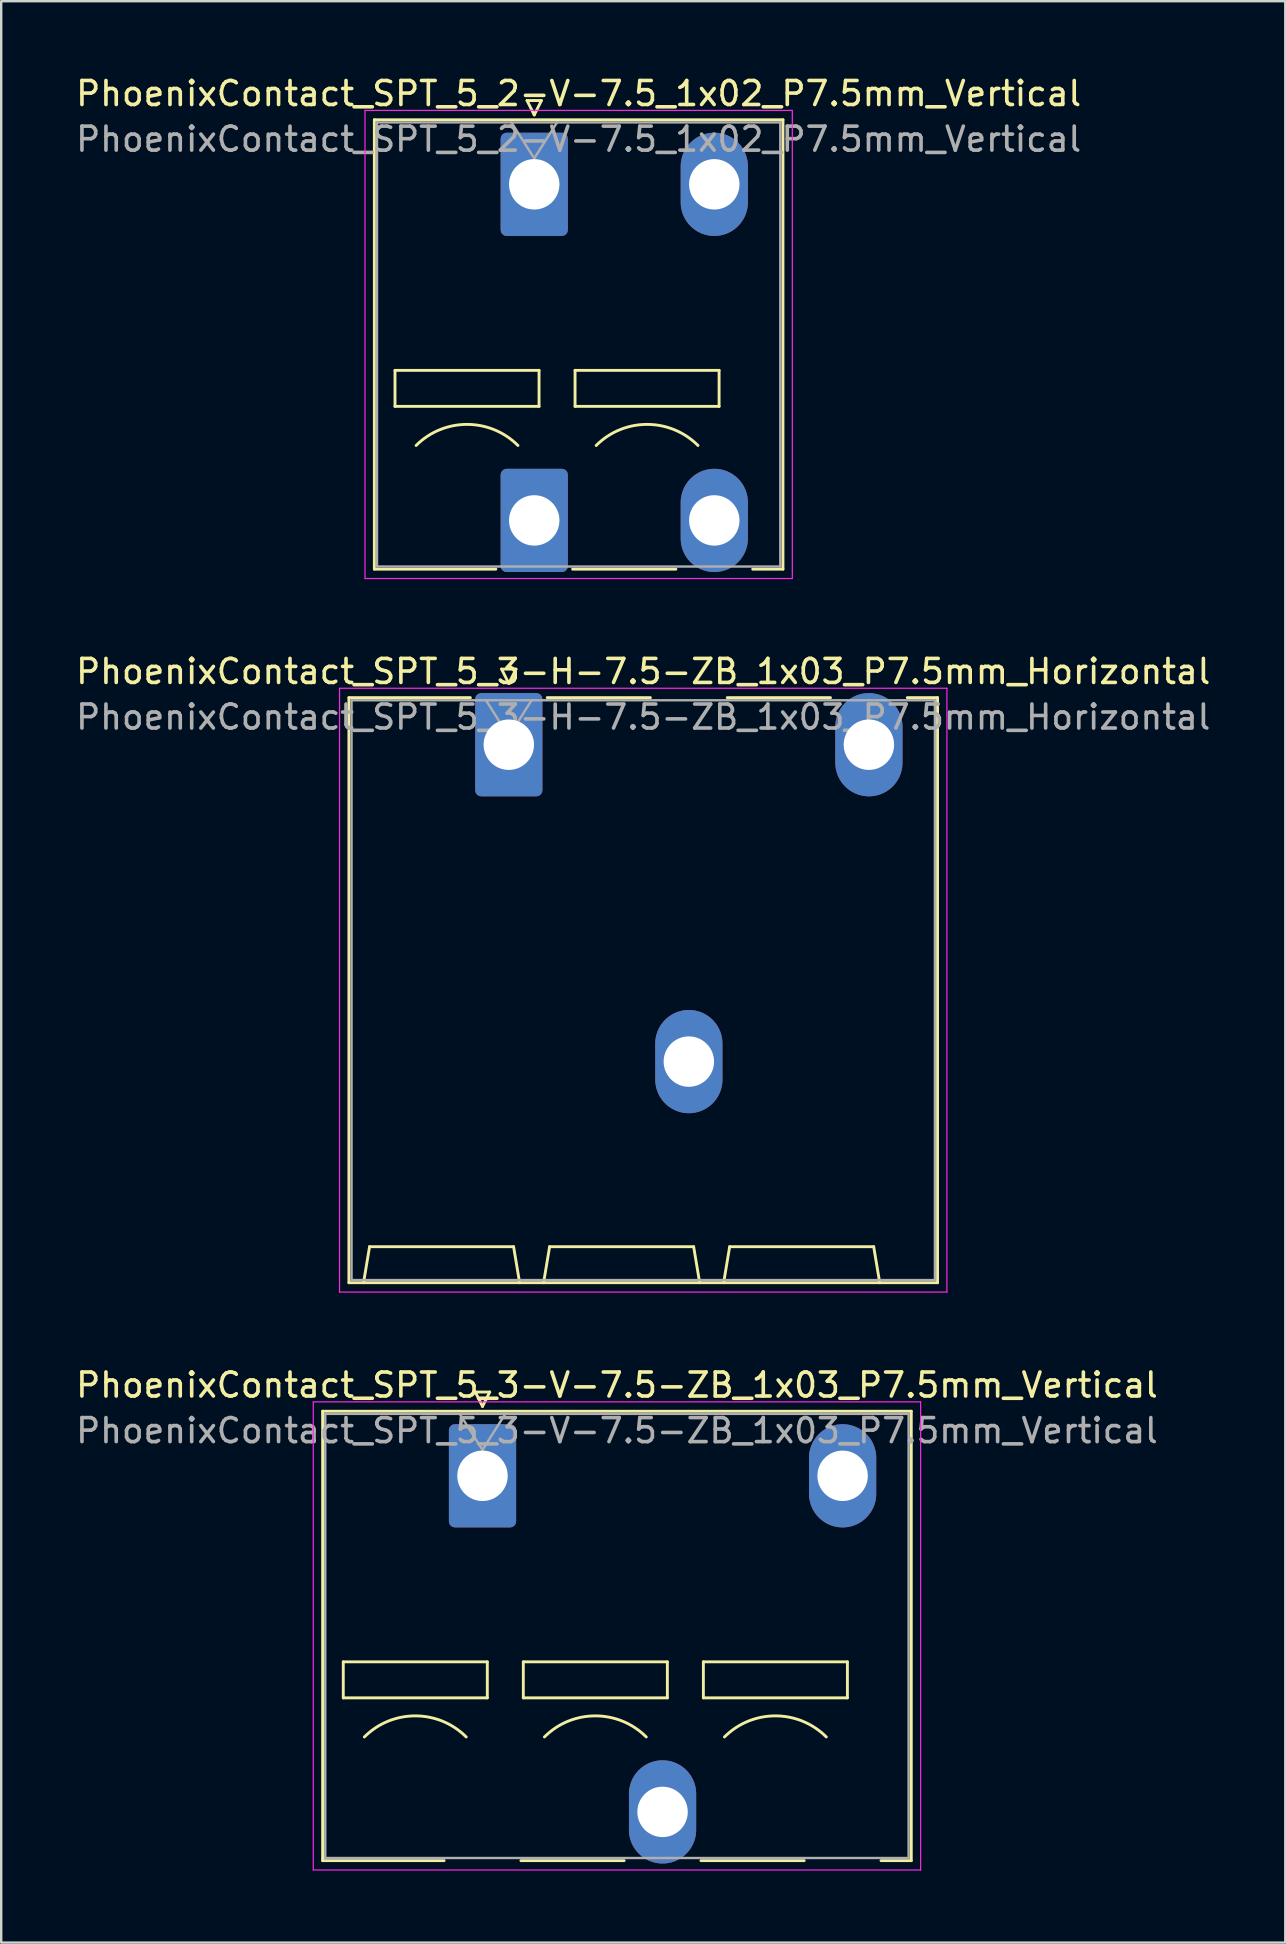
<source format=kicad_pcb>
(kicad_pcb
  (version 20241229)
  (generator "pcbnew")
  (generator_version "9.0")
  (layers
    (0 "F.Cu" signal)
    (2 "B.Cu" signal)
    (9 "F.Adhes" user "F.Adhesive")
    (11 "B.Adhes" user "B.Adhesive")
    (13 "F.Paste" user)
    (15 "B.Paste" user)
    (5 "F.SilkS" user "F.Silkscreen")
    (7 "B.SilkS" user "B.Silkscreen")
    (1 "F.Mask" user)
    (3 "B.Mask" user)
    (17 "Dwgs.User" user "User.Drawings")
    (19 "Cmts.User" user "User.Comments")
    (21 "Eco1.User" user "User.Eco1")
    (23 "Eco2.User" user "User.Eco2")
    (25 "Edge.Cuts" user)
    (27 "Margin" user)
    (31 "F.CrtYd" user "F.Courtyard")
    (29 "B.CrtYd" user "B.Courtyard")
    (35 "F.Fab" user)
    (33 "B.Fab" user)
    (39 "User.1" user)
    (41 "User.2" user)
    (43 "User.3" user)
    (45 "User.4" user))
  (footprint "PhoenixContact_SPT_5_2-V-7.5_1x02_P7.5mm_Vertical"
    (layer "F.Cu")
    (at 19.204 4.628)
    (property "Reference" "PhoenixContact_SPT_5_2-V-7.5_1x02_P7.5mm_Vertical" (at 1.85 -3.78 0) (layer "F.SilkS") (effects (font (size 1 1) (thickness 0.15))))
    (attr through_hole)
    (fp_line (start -6.66 -2.69) (end 10.36 -2.69) (stroke (width 0.12) (type solid)) (layer "F.SilkS"))
    (fp_line (start -6.66 16.03) (end -6.66 -2.69) (stroke (width 0.12) (type solid)) (layer "F.SilkS"))
    (fp_line (start -6.66 16.03) (end -1.6 16.03) (stroke (width 0.12) (type solid)) (layer "F.SilkS"))
    (fp_line (start -5.8 7.75) (end -5.8 9.25) (stroke (width 0.12) (type solid)) (layer "F.SilkS"))
    (fp_line (start -5.8 9.25) (end 0.2 9.25) (stroke (width 0.12) (type solid)) (layer "F.SilkS"))
    (fp_line (start -0.3 -3.49) (end 0 -2.89) (stroke (width 0.12) (type solid)) (layer "F.SilkS"))
    (fp_line (start -0.3 -3.49) (end 0.3 -3.49) (stroke (width 0.12) (type solid)) (layer "F.SilkS"))
    (fp_line (start 0.2 7.75) (end -5.8 7.75) (stroke (width 0.12) (type solid)) (layer "F.SilkS"))
    (fp_line (start 0.2 9.25) (end 0.2 7.75) (stroke (width 0.12) (type solid)) (layer "F.SilkS"))
    (fp_line (start 0.3 -3.49) (end 0 -2.89) (stroke (width 0.12) (type solid)) (layer "F.SilkS"))
    (fp_line (start 1.6 16.03) (end 5.9 16.03) (stroke (width 0.12) (type solid)) (layer "F.SilkS"))
    (fp_line (start 1.7 7.75) (end 1.7 9.25) (stroke (width 0.12) (type solid)) (layer "F.SilkS"))
    (fp_line (start 1.7 9.25) (end 7.7 9.25) (stroke (width 0.12) (type solid)) (layer "F.SilkS"))
    (fp_line (start 7.7 7.75) (end 1.7 7.75) (stroke (width 0.12) (type solid)) (layer "F.SilkS"))
    (fp_line (start 7.7 9.25) (end 7.7 7.75) (stroke (width 0.12) (type solid)) (layer "F.SilkS"))
    (fp_line (start 9.1 16.03) (end 10.36 16.03) (stroke (width 0.12) (type solid)) (layer "F.SilkS"))
    (fp_line (start 10.36 -2.69) (end 10.36 16.03) (stroke (width 0.12) (type solid)) (layer "F.SilkS"))
    (fp_arc (start -4.92132 10.87868) (mid -2.8 10) (end -0.67868 10.87868) (stroke (width 0.12) (type solid)) (layer "F.SilkS"))
    (fp_arc (start 2.57868 10.87868) (mid 4.7 10) (end 6.82132 10.87868) (stroke (width 0.12) (type solid)) (layer "F.SilkS"))
    (fp_line (start -7.05 -3.08) (end -7.05 16.42) (stroke (width 0.05) (type solid)) (layer "F.CrtYd"))
    (fp_line (start -7.05 16.42) (end 10.75 16.42) (stroke (width 0.05) (type solid)) (layer "F.CrtYd"))
    (fp_line (start 10.75 -3.08) (end -7.05 -3.08) (stroke (width 0.05) (type solid)) (layer "F.CrtYd"))
    (fp_line (start 10.75 16.42) (end 10.75 -3.08) (stroke (width 0.05) (type solid)) (layer "F.CrtYd"))
    (fp_line (start -6.55 -2.58) (end -6.55 15.92) (stroke (width 0.1) (type solid)) (layer "F.Fab"))
    (fp_line (start -6.55 15.92) (end 10.25 15.92) (stroke (width 0.1) (type solid)) (layer "F.Fab"))
    (fp_line (start -0.95 -2.58) (end 0 -1.08) (stroke (width 0.1) (type solid)) (layer "F.Fab"))
    (fp_line (start 0.95 -2.58) (end 0 -1.08) (stroke (width 0.1) (type solid)) (layer "F.Fab"))
    (fp_line (start 10.25 -2.58) (end -6.55 -2.58) (stroke (width 0.1) (type solid)) (layer "F.Fab"))
    (fp_line (start 10.25 15.92) (end 10.25 -2.58) (stroke (width 0.1) (type solid)) (layer "F.Fab"))
    (fp_text user "${REFERENCE}" (at 1.85 -1.88 0) (layer "F.Fab") (effects (font (size 1 1) (thickness 0.15))))
    (pad "1" thru_hole roundrect (at 0 0) (size 2.8 4.3) (drill 2.1) (layers "*.Cu" "*.Mask") (roundrect_rratio 0.089))
    (pad "1" thru_hole roundrect (at 0 14) (size 2.8 4.3) (drill 2.1) (layers "*.Cu" "*.Mask") (roundrect_rratio 0.089))
    (pad "2" thru_hole oval (at 7.5 0) (size 2.8 4.3) (drill 2.1) (layers "*.Cu" "*.Mask"))
    (pad "2" thru_hole oval (at 7.5 14) (size 2.8 4.3) (drill 2.1) (layers "*.Cu" "*.Mask")))
  (footprint "PhoenixContact_SPT_5_3-V-7.5-ZB_1x03_P7.5mm_Vertical"
    (layer "F.Cu")
    (at 17.049 58.425)
    (property "Reference" "PhoenixContact_SPT_5_3-V-7.5-ZB_1x03_P7.5mm_Vertical" (at 5.6 -3.78 0) (layer "F.SilkS") (effects (font (size 1 1) (thickness 0.15))))
    (attr through_hole)
    (fp_line (start -6.66 -2.69) (end 17.86 -2.69) (stroke (width 0.12) (type solid)) (layer "F.SilkS"))
    (fp_line (start -6.66 16.03) (end -6.66 -2.69) (stroke (width 0.12) (type solid)) (layer "F.SilkS"))
    (fp_line (start -6.66 16.03) (end -1.6 16.03) (stroke (width 0.12) (type solid)) (layer "F.SilkS"))
    (fp_line (start -5.8 7.75) (end -5.8 9.25) (stroke (width 0.12) (type solid)) (layer "F.SilkS"))
    (fp_line (start -5.8 9.25) (end 0.2 9.25) (stroke (width 0.12) (type solid)) (layer "F.SilkS"))
    (fp_line (start -0.3 -3.49) (end 0 -2.89) (stroke (width 0.12) (type solid)) (layer "F.SilkS"))
    (fp_line (start -0.3 -3.49) (end 0.3 -3.49) (stroke (width 0.12) (type solid)) (layer "F.SilkS"))
    (fp_line (start 0.2 7.75) (end -5.8 7.75) (stroke (width 0.12) (type solid)) (layer "F.SilkS"))
    (fp_line (start 0.2 9.25) (end 0.2 7.75) (stroke (width 0.12) (type solid)) (layer "F.SilkS"))
    (fp_line (start 0.3 -3.49) (end 0 -2.89) (stroke (width 0.12) (type solid)) (layer "F.SilkS"))
    (fp_line (start 1.6 16.03) (end 5.9 16.03) (stroke (width 0.12) (type solid)) (layer "F.SilkS"))
    (fp_line (start 1.7 7.75) (end 1.7 9.25) (stroke (width 0.12) (type solid)) (layer "F.SilkS"))
    (fp_line (start 1.7 9.25) (end 7.7 9.25) (stroke (width 0.12) (type solid)) (layer "F.SilkS"))
    (fp_line (start 7.7 7.75) (end 1.7 7.75) (stroke (width 0.12) (type solid)) (layer "F.SilkS"))
    (fp_line (start 7.7 9.25) (end 7.7 7.75) (stroke (width 0.12) (type solid)) (layer "F.SilkS"))
    (fp_line (start 9.1 16.03) (end 13.4 16.03) (stroke (width 0.12) (type solid)) (layer "F.SilkS"))
    (fp_line (start 9.2 7.75) (end 9.2 9.25) (stroke (width 0.12) (type solid)) (layer "F.SilkS"))
    (fp_line (start 9.2 9.25) (end 15.2 9.25) (stroke (width 0.12) (type solid)) (layer "F.SilkS"))
    (fp_line (start 15.2 7.75) (end 9.2 7.75) (stroke (width 0.12) (type solid)) (layer "F.SilkS"))
    (fp_line (start 15.2 9.25) (end 15.2 7.75) (stroke (width 0.12) (type solid)) (layer "F.SilkS"))
    (fp_line (start 16.6 16.03) (end 17.86 16.03) (stroke (width 0.12) (type solid)) (layer "F.SilkS"))
    (fp_line (start 17.86 -2.69) (end 17.86 16.03) (stroke (width 0.12) (type solid)) (layer "F.SilkS"))
    (fp_arc (start -4.92132 10.87868) (mid -2.8 10) (end -0.67868 10.87868) (stroke (width 0.12) (type solid)) (layer "F.SilkS"))
    (fp_arc (start 2.57868 10.87868) (mid 4.7 10) (end 6.82132 10.87868) (stroke (width 0.12) (type solid)) (layer "F.SilkS"))
    (fp_arc (start 10.07868 10.87868) (mid 12.2 10) (end 14.32132 10.87868) (stroke (width 0.12) (type solid)) (layer "F.SilkS"))
    (fp_line (start -7.05 -3.08) (end -7.05 16.42) (stroke (width 0.05) (type solid)) (layer "F.CrtYd"))
    (fp_line (start -7.05 16.42) (end 18.25 16.42) (stroke (width 0.05) (type solid)) (layer "F.CrtYd"))
    (fp_line (start 18.25 -3.08) (end -7.05 -3.08) (stroke (width 0.05) (type solid)) (layer "F.CrtYd"))
    (fp_line (start 18.25 16.42) (end 18.25 -3.08) (stroke (width 0.05) (type solid)) (layer "F.CrtYd"))
    (fp_line (start -6.55 -2.58) (end -6.55 15.92) (stroke (width 0.1) (type solid)) (layer "F.Fab"))
    (fp_line (start -6.55 15.92) (end 17.75 15.92) (stroke (width 0.1) (type solid)) (layer "F.Fab"))
    (fp_line (start -0.95 -2.58) (end 0 -1.08) (stroke (width 0.1) (type solid)) (layer "F.Fab"))
    (fp_line (start 0.95 -2.58) (end 0 -1.08) (stroke (width 0.1) (type solid)) (layer "F.Fab"))
    (fp_line (start 17.75 -2.58) (end -6.55 -2.58) (stroke (width 0.1) (type solid)) (layer "F.Fab"))
    (fp_line (start 17.75 15.92) (end 17.75 -2.58) (stroke (width 0.1) (type solid)) (layer "F.Fab"))
    (fp_text user "${REFERENCE}" (at 5.6 -1.88 0) (layer "F.Fab") (effects (font (size 1 1) (thickness 0.15))))
    (pad "1" thru_hole roundrect (at 0 0) (size 2.8 4.3) (drill 2.1) (layers "*.Cu" "*.Mask") (roundrect_rratio 0.089))
    (pad "2" thru_hole oval (at 7.5 14) (size 2.8 4.3) (drill 2.1) (layers "*.Cu" "*.Mask"))
    (pad "3" thru_hole oval (at 15 0) (size 2.8 4.3) (drill 2.1) (layers "*.Cu" "*.Mask")))
  (footprint "PhoenixContact_SPT_5_3-H-7.5-ZB_1x03_P7.5mm_Horizontal"
    (layer "F.Cu")
    (at 18.144 27.971)
    (property "Reference" "PhoenixContact_SPT_5_3-H-7.5-ZB_1x03_P7.5mm_Horizontal" (at 5.6 -3.05 0) (layer "F.SilkS") (effects (font (size 1 1) (thickness 0.15))))
    (attr through_hole)
    (fp_line (start -6.66 -1.96) (end -1.6 -1.96) (stroke (width 0.12) (type solid)) (layer "F.SilkS"))
    (fp_line (start -6.66 22.41) (end -6.66 -1.96) (stroke (width 0.12) (type solid)) (layer "F.SilkS"))
    (fp_line (start -6.05 22.41) (end -5.8 20.91) (stroke (width 0.12) (type solid)) (layer "F.SilkS"))
    (fp_line (start -5.8 20.91) (end 0.2 20.91) (stroke (width 0.12) (type solid)) (layer "F.SilkS"))
    (fp_line (start -0.3 -3.15) (end 0 -2.55) (stroke (width 0.12) (type solid)) (layer "F.SilkS"))
    (fp_line (start -0.3 -3.15) (end 0.3 -3.15) (stroke (width 0.12) (type solid)) (layer "F.SilkS"))
    (fp_line (start 0.3 -3.15) (end 0 -2.55) (stroke (width 0.12) (type solid)) (layer "F.SilkS"))
    (fp_line (start 0.45 22.41) (end 0.2 20.91) (stroke (width 0.12) (type solid)) (layer "F.SilkS"))
    (fp_line (start 1.45 22.41) (end 1.7 20.91) (stroke (width 0.12) (type solid)) (layer "F.SilkS"))
    (fp_line (start 1.6 -1.96) (end 5.9 -1.96) (stroke (width 0.12) (type solid)) (layer "F.SilkS"))
    (fp_line (start 1.7 20.91) (end 7.7 20.91) (stroke (width 0.12) (type solid)) (layer "F.SilkS"))
    (fp_line (start 7.95 22.41) (end 7.7 20.91) (stroke (width 0.12) (type solid)) (layer "F.SilkS"))
    (fp_line (start 8.95 22.41) (end 9.2 20.91) (stroke (width 0.12) (type solid)) (layer "F.SilkS"))
    (fp_line (start 9.1 -1.96) (end 13.4 -1.96) (stroke (width 0.12) (type solid)) (layer "F.SilkS"))
    (fp_line (start 9.2 20.91) (end 15.2 20.91) (stroke (width 0.12) (type solid)) (layer "F.SilkS"))
    (fp_line (start 15.45 22.41) (end 15.2 20.91) (stroke (width 0.12) (type solid)) (layer "F.SilkS"))
    (fp_line (start 16.6 -1.96) (end 17.86 -1.96) (stroke (width 0.12) (type solid)) (layer "F.SilkS"))
    (fp_line (start 17.86 -1.96) (end 17.86 22.41) (stroke (width 0.12) (type solid)) (layer "F.SilkS"))
    (fp_line (start 17.86 22.41) (end -6.66 22.41) (stroke (width 0.12) (type solid)) (layer "F.SilkS"))
    (fp_line (start -7.05 -2.35) (end -7.05 22.8) (stroke (width 0.05) (type solid)) (layer "F.CrtYd"))
    (fp_line (start -7.05 22.8) (end 18.25 22.8) (stroke (width 0.05) (type solid)) (layer "F.CrtYd"))
    (fp_line (start 18.25 -2.35) (end -7.05 -2.35) (stroke (width 0.05) (type solid)) (layer "F.CrtYd"))
    (fp_line (start 18.25 22.8) (end 18.25 -2.35) (stroke (width 0.05) (type solid)) (layer "F.CrtYd"))
    (fp_line (start -6.55 -1.85) (end -6.55 22.3) (stroke (width 0.1) (type solid)) (layer "F.Fab"))
    (fp_line (start -6.55 22.3) (end 17.75 22.3) (stroke (width 0.1) (type solid)) (layer "F.Fab"))
    (fp_line (start -0.95 -1.85) (end 0 -0.35) (stroke (width 0.1) (type solid)) (layer "F.Fab"))
    (fp_line (start 0.95 -1.85) (end 0 -0.35) (stroke (width 0.1) (type solid)) (layer "F.Fab"))
    (fp_line (start 17.75 -1.85) (end -6.55 -1.85) (stroke (width 0.1) (type solid)) (layer "F.Fab"))
    (fp_line (start 17.75 22.3) (end 17.75 -1.85) (stroke (width 0.1) (type solid)) (layer "F.Fab"))
    (fp_text user "${REFERENCE}" (at 5.6 -1.15 0) (layer "F.Fab") (effects (font (size 1 1) (thickness 0.15))))
    (pad "1" thru_hole roundrect (at 0 0) (size 2.8 4.3) (drill 2.1) (layers "*.Cu" "*.Mask") (roundrect_rratio 0.089))
    (pad "2" thru_hole oval (at 7.5 13.2) (size 2.8 4.3) (drill 2.1) (layers "*.Cu" "*.Mask"))
    (pad "3" thru_hole oval (at 15 0) (size 2.8 4.3) (drill 2.1) (layers "*.Cu" "*.Mask")))
  (gr_rect
    (start -3 -3)
    (end 50.488 77.87)
    (stroke (width 0.1) (type default))
    (fill no)
    (layer "Edge.Cuts")))
</source>
